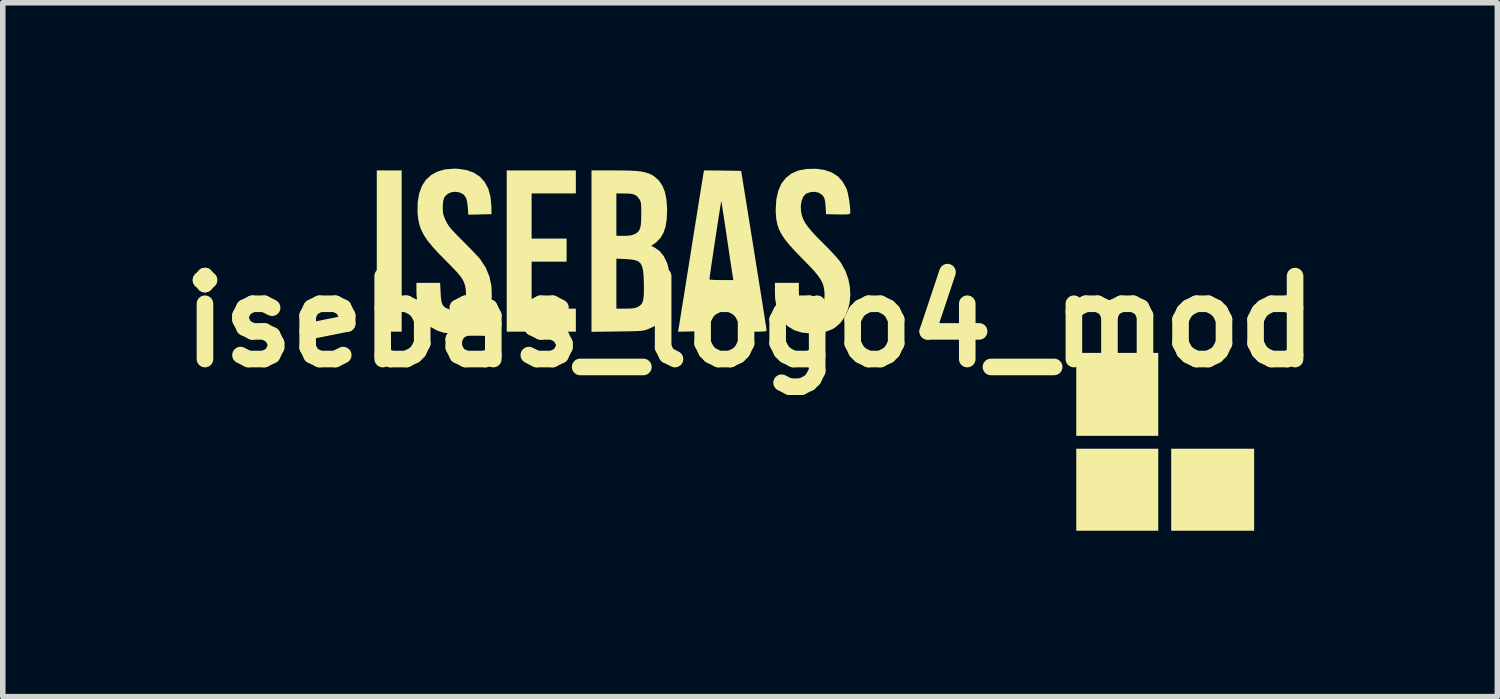
<source format=kicad_pcb>
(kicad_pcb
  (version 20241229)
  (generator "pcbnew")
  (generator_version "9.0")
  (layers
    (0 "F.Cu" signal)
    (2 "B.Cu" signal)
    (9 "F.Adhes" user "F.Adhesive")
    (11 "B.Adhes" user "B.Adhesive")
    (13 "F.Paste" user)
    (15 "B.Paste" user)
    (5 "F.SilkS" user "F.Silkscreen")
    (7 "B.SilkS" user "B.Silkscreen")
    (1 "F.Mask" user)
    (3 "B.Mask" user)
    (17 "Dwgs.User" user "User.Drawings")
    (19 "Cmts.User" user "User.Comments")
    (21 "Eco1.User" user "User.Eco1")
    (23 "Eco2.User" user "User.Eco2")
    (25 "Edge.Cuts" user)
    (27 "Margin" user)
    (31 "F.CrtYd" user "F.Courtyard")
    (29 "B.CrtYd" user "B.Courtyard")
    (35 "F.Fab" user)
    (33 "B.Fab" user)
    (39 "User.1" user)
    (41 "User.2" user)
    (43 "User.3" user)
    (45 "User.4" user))
  (footprint "isebas_logo4_mod"
    (layer "F.Cu")
    (at 10.514 2.765)
    (property "Reference" "isebas_logo4_mod" (at 0 0 0) (layer "F.SilkS") (effects (font (size 1.5 1.5) (thickness 0.3))))
    (attr board_only exclude_from_pos_files exclude_from_bom)
    (fp_poly (pts (xy -6.3 -1.275) (xy -6.3 0.183) (xy -6.525 0.183) (xy -6.75 0.183) (xy -6.75 -1.275) (xy -6.75 -2.733) (xy -6.525 -2.733) (xy -6.3 -2.733)) (stroke (width 0) (type solid)) (fill yes) (layer "F.SilkS"))
    (fp_poly (pts (xy 7.383 1.317) (xy 7.383 2.067) (xy 6.642 2.067) (xy 5.9 2.067) (xy 5.9 1.317) (xy 5.9 0.567) (xy 6.642 0.567) (xy 7.383 0.567)) (stroke (width 0) (type solid)) (fill yes) (layer "F.SilkS"))
    (fp_poly (pts (xy 7.383 3.042) (xy 7.383 3.783) (xy 6.642 3.783) (xy 5.9 3.783) (xy 5.9 3.042) (xy 5.9 2.3) (xy 6.642 2.3) (xy 7.383 2.3)) (stroke (width 0) (type solid)) (fill yes) (layer "F.SilkS"))
    (fp_poly (pts (xy 9.117 3.042) (xy 9.117 3.783) (xy 8.367 3.783) (xy 7.617 3.783) (xy 7.617 3.042) (xy 7.617 2.3) (xy 8.367 2.3) (xy 9.117 2.3)) (stroke (width 0) (type solid)) (fill yes) (layer "F.SilkS"))
    (fp_poly (pts (xy -3.15 -2.525) (xy -3.15 -2.317) (xy -3.55 -2.317) (xy -3.95 -2.317) (xy -3.95 -1.908) (xy -3.95 -1.5) (xy -3.633 -1.5) (xy -3.317 -1.5) (xy -3.317 -1.292) (xy -3.317 -1.083) (xy -3.633 -1.083) (xy -3.95 -1.083) (xy -3.95 -0.658) (xy -3.95 -0.233) (xy -3.55 -0.233) (xy -3.15 -0.233) (xy -3.15 -0.025) (xy -3.15 0.183) (xy -3.775 0.183) (xy -4.4 0.183) (xy -4.4 -1.275) (xy -4.4 -2.733) (xy -3.775 -2.733) (xy -3.15 -2.733)) (stroke (width 0) (type solid)) (fill yes) (layer "F.SilkS"))
    (fp_poly (pts (xy -0.495 -2.73) (xy -0.16 -2.725) (xy 0.069 -1.3) (xy 0.103 -1.086) (xy 0.136 -0.881) (xy 0.167 -0.687) (xy 0.196 -0.508) (xy 0.222 -0.344) (xy 0.244 -0.2) (xy 0.264 -0.077) (xy 0.279 0.023) (xy 0.291 0.096) (xy 0.297 0.141) (xy 0.299 0.154) (xy 0.297 0.166) (xy 0.285 0.174) (xy 0.26 0.179) (xy 0.215 0.182) (xy 0.146 0.183) (xy 0.07 0.183) (xy -0.161 0.183) (xy -0.199 -0.083) (xy -0.238 -0.35) (xy -0.519 -0.35) (xy -0.628 -0.349) (xy -0.707 -0.347) (xy -0.76 -0.344) (xy -0.79 -0.338) (xy -0.801 -0.33) (xy -0.801 -0.329) (xy -0.804 -0.306) (xy -0.811 -0.256) (xy -0.821 -0.187) (xy -0.834 -0.103) (xy -0.839 -0.067) (xy -0.876 0.175) (xy -1.089 0.18) (xy -1.302 0.184) (xy -1.292 0.13) (xy -1.288 0.105) (xy -1.279 0.05) (xy -1.266 -0.033) (xy -1.248 -0.141) (xy -1.228 -0.271) (xy -1.203 -0.422) (xy -1.176 -0.591) (xy -1.149 -0.762) (xy -0.734 -0.762) (xy -0.718 -0.758) (xy -0.675 -0.754) (xy -0.611 -0.751) (xy -0.533 -0.75) (xy -0.517 -0.75) (xy -0.301 -0.75) (xy -0.309 -0.796) (xy -0.313 -0.822) (xy -0.322 -0.877) (xy -0.334 -0.958) (xy -0.35 -1.06) (xy -0.368 -1.18) (xy -0.388 -1.314) (xy -0.409 -1.459) (xy -0.416 -1.506) (xy -0.438 -1.651) (xy -0.458 -1.785) (xy -0.476 -1.905) (xy -0.492 -2.007) (xy -0.505 -2.088) (xy -0.514 -2.145) (xy -0.519 -2.173) (xy -0.52 -2.176) (xy -0.524 -2.161) (xy -0.531 -2.117) (xy -0.542 -2.049) (xy -0.556 -1.959) (xy -0.573 -1.854) (xy -0.591 -1.735) (xy -0.61 -1.608) (xy -0.63 -1.477) (xy -0.65 -1.346) (xy -0.669 -1.218) (xy -0.687 -1.099) (xy -0.703 -0.991) (xy -0.716 -0.899) (xy -0.726 -0.828) (xy -0.732 -0.781) (xy -0.734 -0.762) (xy -1.149 -0.762) (xy -1.147 -0.774) (xy -1.116 -0.97) (xy -1.083 -1.176) (xy -1.066 -1.283) (xy -1.033 -1.493) (xy -1.001 -1.694) (xy -0.97 -1.883) (xy -0.942 -2.059) (xy -0.917 -2.218) (xy -0.894 -2.359) (xy -0.875 -2.477) (xy -0.859 -2.572) (xy -0.848 -2.641) (xy -0.842 -2.68) (xy -0.84 -2.688) (xy -0.831 -2.734)) (stroke (width 0) (type solid)) (fill yes) (layer "F.SilkS"))
    (fp_poly (pts (xy -2.296 -2.732) (xy -2.163 -2.729) (xy -2.055 -2.723) (xy -1.967 -2.713) (xy -1.895 -2.698) (xy -1.835 -2.679) (xy -1.782 -2.655) (xy -1.737 -2.628) (xy -1.652 -2.555) (xy -1.587 -2.462) (xy -1.54 -2.348) (xy -1.512 -2.209) (xy -1.5 -2.044) (xy -1.5 -2.01) (xy -1.507 -1.85) (xy -1.527 -1.717) (xy -1.564 -1.607) (xy -1.618 -1.515) (xy -1.69 -1.439) (xy -1.748 -1.396) (xy -1.787 -1.369) (xy -1.72 -1.335) (xy -1.633 -1.273) (xy -1.56 -1.183) (xy -1.505 -1.072) (xy -1.495 -1.042) (xy -1.481 -0.994) (xy -1.471 -0.948) (xy -1.465 -0.896) (xy -1.461 -0.831) (xy -1.459 -0.748) (xy -1.458 -0.638) (xy -1.458 -0.633) (xy -1.46 -0.498) (xy -1.465 -0.39) (xy -1.475 -0.303) (xy -1.492 -0.231) (xy -1.516 -0.168) (xy -1.549 -0.108) (xy -1.571 -0.074) (xy -1.648 0.02) (xy -1.741 0.09) (xy -1.842 0.137) (xy -1.874 0.148) (xy -1.905 0.157) (xy -1.942 0.164) (xy -1.987 0.169) (xy -2.046 0.173) (xy -2.122 0.175) (xy -2.222 0.177) (xy -2.348 0.179) (xy -2.404 0.18) (xy -2.867 0.186) (xy -2.867 -0.686) (xy -2.417 -0.686) (xy -2.417 -0.233) (xy -2.254 -0.233) (xy -2.164 -0.235) (xy -2.098 -0.242) (xy -2.051 -0.255) (xy -2.033 -0.263) (xy -1.993 -0.286) (xy -1.963 -0.315) (xy -1.942 -0.354) (xy -1.929 -0.408) (xy -1.921 -0.481) (xy -1.919 -0.578) (xy -1.92 -0.683) (xy -1.924 -0.815) (xy -1.933 -0.917) (xy -1.95 -0.993) (xy -1.977 -1.048) (xy -2.017 -1.086) (xy -2.074 -1.109) (xy -2.15 -1.122) (xy -2.249 -1.13) (xy -2.254 -1.13) (xy -2.417 -1.138) (xy -2.417 -0.686) (xy -2.867 -0.686) (xy -2.867 -1.274) (xy -2.867 -1.933) (xy -2.417 -1.933) (xy -2.417 -1.55) (xy -2.283 -1.55) (xy -2.2 -1.553) (xy -2.139 -1.562) (xy -2.089 -1.58) (xy -2.081 -1.584) (xy -2.039 -1.61) (xy -2.009 -1.642) (xy -1.988 -1.686) (xy -1.975 -1.746) (xy -1.969 -1.828) (xy -1.967 -1.938) (xy -1.967 -1.947) (xy -1.967 -2.037) (xy -1.969 -2.101) (xy -1.974 -2.145) (xy -1.982 -2.177) (xy -1.995 -2.203) (xy -2.005 -2.218) (xy -2.04 -2.262) (xy -2.08 -2.291) (xy -2.134 -2.308) (xy -2.207 -2.315) (xy -2.271 -2.316) (xy -2.417 -2.317) (xy -2.417 -1.933) (xy -2.867 -1.933) (xy -2.867 -2.733) (xy -2.457 -2.733)) (stroke (width 0) (type solid)) (fill yes) (layer "F.SilkS"))
    (fp_poly (pts (xy -5.278 -2.762) (xy -5.125 -2.739) (xy -4.993 -2.691) (xy -4.883 -2.618) (xy -4.797 -2.521) (xy -4.733 -2.401) (xy -4.694 -2.258) (xy -4.678 -2.093) (xy -4.675 -1.942) (xy -4.885 -1.937) (xy -5.095 -1.932) (xy -5.104 -2.064) (xy -5.112 -2.134) (xy -5.124 -2.197) (xy -5.138 -2.242) (xy -5.139 -2.245) (xy -5.184 -2.3) (xy -5.248 -2.333) (xy -5.321 -2.347) (xy -5.395 -2.34) (xy -5.463 -2.312) (xy -5.516 -2.264) (xy -5.529 -2.244) (xy -5.549 -2.181) (xy -5.557 -2.088) (xy -5.557 -2.067) (xy -5.555 -1.993) (xy -5.546 -1.935) (xy -5.525 -1.875) (xy -5.503 -1.825) (xy -5.481 -1.782) (xy -5.455 -1.74) (xy -5.423 -1.697) (xy -5.38 -1.646) (xy -5.321 -1.585) (xy -5.245 -1.507) (xy -5.198 -1.46) (xy -5.118 -1.38) (xy -5.041 -1.302) (xy -4.974 -1.231) (xy -4.919 -1.173) (xy -4.883 -1.131) (xy -4.879 -1.127) (xy -4.781 -0.977) (xy -4.713 -0.814) (xy -4.676 -0.639) (xy -4.67 -0.452) (xy -4.672 -0.432) (xy -4.694 -0.269) (xy -4.741 -0.129) (xy -4.811 -0.012) (xy -4.905 0.083) (xy -5.023 0.155) (xy -5.067 0.174) (xy -5.125 0.189) (xy -5.206 0.201) (xy -5.299 0.209) (xy -5.394 0.212) (xy -5.479 0.209) (xy -5.543 0.201) (xy -5.658 0.163) (xy -5.766 0.104) (xy -5.843 0.041) (xy -5.922 -0.058) (xy -5.979 -0.178) (xy -6.016 -0.321) (xy -6.032 -0.488) (xy -6.033 -0.553) (xy -6.033 -0.7) (xy -5.819 -0.7) (xy -5.604 -0.7) (xy -5.596 -0.529) (xy -5.59 -0.43) (xy -5.579 -0.357) (xy -5.561 -0.306) (xy -5.534 -0.27) (xy -5.501 -0.245) (xy -5.42 -0.213) (xy -5.336 -0.208) (xy -5.258 -0.228) (xy -5.193 -0.272) (xy -5.17 -0.3) (xy -5.151 -0.331) (xy -5.14 -0.362) (xy -5.135 -0.402) (xy -5.135 -0.461) (xy -5.137 -0.508) (xy -5.141 -0.579) (xy -5.151 -0.641) (xy -5.168 -0.698) (xy -5.194 -0.754) (xy -5.234 -0.813) (xy -5.288 -0.88) (xy -5.361 -0.958) (xy -5.454 -1.053) (xy -5.51 -1.109) (xy -5.64 -1.241) (xy -5.746 -1.358) (xy -5.831 -1.462) (xy -5.896 -1.559) (xy -5.944 -1.652) (xy -5.978 -1.745) (xy -5.999 -1.843) (xy -6.011 -1.95) (xy -6.013 -1.979) (xy -6.01 -2.16) (xy -5.983 -2.318) (xy -5.933 -2.453) (xy -5.86 -2.565) (xy -5.764 -2.652) (xy -5.646 -2.715) (xy -5.507 -2.753) (xy -5.347 -2.765)) (stroke (width 0) (type solid)) (fill yes) (layer "F.SilkS"))
    (fp_poly (pts (xy 1.201 -2.762) (xy 1.353 -2.74) (xy 1.482 -2.694) (xy 1.59 -2.625) (xy 1.675 -2.53) (xy 1.741 -2.41) (xy 1.751 -2.385) (xy 1.766 -2.335) (xy 1.78 -2.266) (xy 1.794 -2.189) (xy 1.804 -2.11) (xy 1.811 -2.039) (xy 1.813 -1.984) (xy 1.81 -1.956) (xy 1.8 -1.946) (xy 1.776 -1.94) (xy 1.733 -1.936) (xy 1.665 -1.936) (xy 1.588 -1.937) (xy 1.375 -1.942) (xy 1.366 -2.086) (xy 1.358 -2.172) (xy 1.344 -2.232) (xy 1.318 -2.275) (xy 1.279 -2.308) (xy 1.243 -2.329) (xy 1.181 -2.345) (xy 1.108 -2.343) (xy 1.038 -2.324) (xy 1.003 -2.305) (xy 0.96 -2.253) (xy 0.931 -2.178) (xy 0.918 -2.088) (xy 0.923 -1.989) (xy 0.941 -1.909) (xy 0.965 -1.845) (xy 1 -1.779) (xy 1.051 -1.708) (xy 1.118 -1.627) (xy 1.206 -1.533) (xy 1.316 -1.422) (xy 1.328 -1.41) (xy 1.413 -1.325) (xy 1.493 -1.241) (xy 1.563 -1.164) (xy 1.617 -1.1) (xy 1.645 -1.061) (xy 1.722 -0.923) (xy 1.776 -0.776) (xy 1.806 -0.627) (xy 1.814 -0.478) (xy 1.8 -0.334) (xy 1.765 -0.2) (xy 1.709 -0.078) (xy 1.633 0.027) (xy 1.538 0.11) (xy 1.483 0.141) (xy 1.37 0.184) (xy 1.237 0.209) (xy 1.096 0.215) (xy 0.955 0.202) (xy 0.934 0.198) (xy 0.801 0.157) (xy 0.688 0.09) (xy 0.597 -0.002) (xy 0.527 -0.118) (xy 0.479 -0.259) (xy 0.454 -0.422) (xy 0.45 -0.529) (xy 0.45 -0.7) (xy 0.667 -0.7) (xy 0.883 -0.7) (xy 0.883 -0.541) (xy 0.886 -0.437) (xy 0.897 -0.36) (xy 0.918 -0.305) (xy 0.95 -0.266) (xy 0.997 -0.236) (xy 1.004 -0.233) (xy 1.056 -0.213) (xy 1.104 -0.202) (xy 1.117 -0.201) (xy 1.157 -0.208) (xy 1.21 -0.225) (xy 1.23 -0.233) (xy 1.286 -0.269) (xy 1.324 -0.318) (xy 1.343 -0.386) (xy 1.348 -0.477) (xy 1.347 -0.517) (xy 1.34 -0.586) (xy 1.327 -0.648) (xy 1.305 -0.708) (xy 1.272 -0.769) (xy 1.225 -0.836) (xy 1.162 -0.912) (xy 1.079 -1.002) (xy 0.975 -1.108) (xy 0.942 -1.142) (xy 0.815 -1.272) (xy 0.712 -1.385) (xy 0.63 -1.487) (xy 0.568 -1.581) (xy 0.523 -1.671) (xy 0.492 -1.763) (xy 0.474 -1.86) (xy 0.466 -1.966) (xy 0.465 -2.033) (xy 0.476 -2.211) (xy 0.51 -2.364) (xy 0.567 -2.493) (xy 0.646 -2.596) (xy 0.746 -2.675) (xy 0.87 -2.73) (xy 1.015 -2.759) (xy 1.182 -2.763)) (stroke (width 0) (type solid)) (fill yes) (layer "F.SilkS")))
  (gr_rect
    (start -3 -3)
    (end 24.029 9.548)
    (stroke (width 0.1) (type default))
    (fill no)
    (layer "Edge.Cuts")))
</source>
